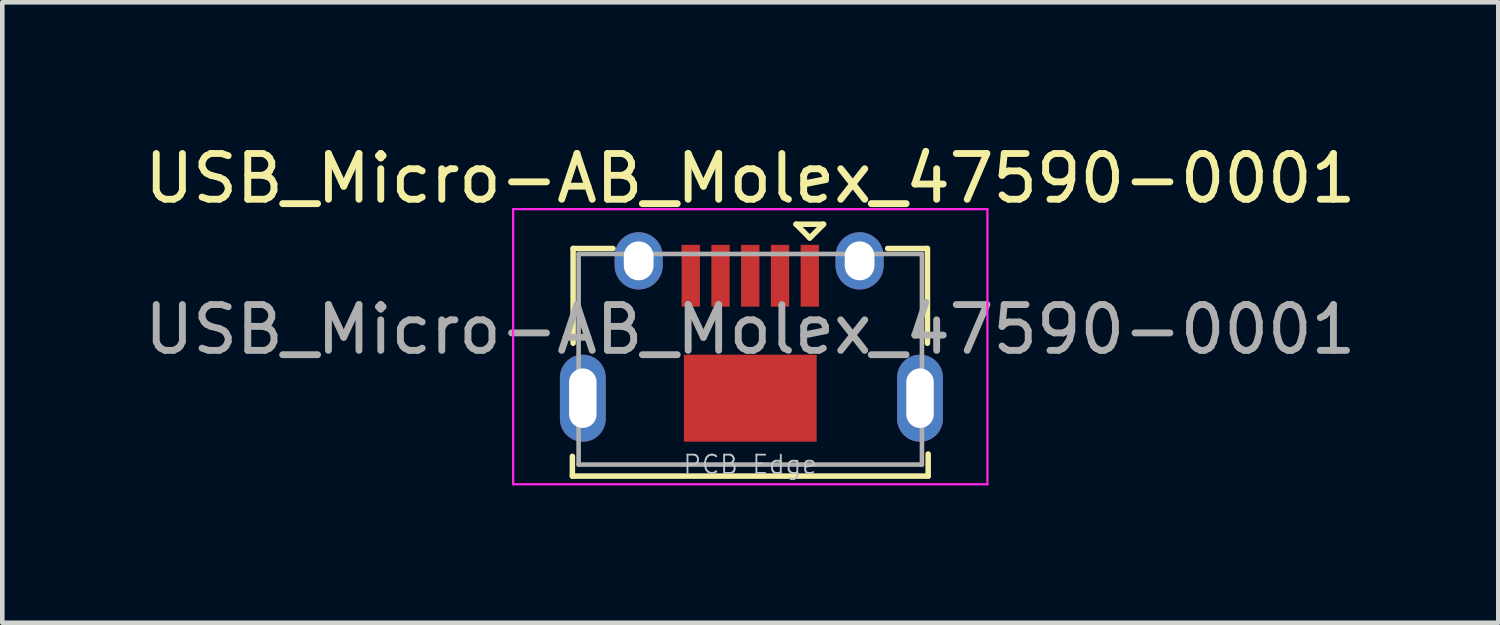
<source format=kicad_pcb>
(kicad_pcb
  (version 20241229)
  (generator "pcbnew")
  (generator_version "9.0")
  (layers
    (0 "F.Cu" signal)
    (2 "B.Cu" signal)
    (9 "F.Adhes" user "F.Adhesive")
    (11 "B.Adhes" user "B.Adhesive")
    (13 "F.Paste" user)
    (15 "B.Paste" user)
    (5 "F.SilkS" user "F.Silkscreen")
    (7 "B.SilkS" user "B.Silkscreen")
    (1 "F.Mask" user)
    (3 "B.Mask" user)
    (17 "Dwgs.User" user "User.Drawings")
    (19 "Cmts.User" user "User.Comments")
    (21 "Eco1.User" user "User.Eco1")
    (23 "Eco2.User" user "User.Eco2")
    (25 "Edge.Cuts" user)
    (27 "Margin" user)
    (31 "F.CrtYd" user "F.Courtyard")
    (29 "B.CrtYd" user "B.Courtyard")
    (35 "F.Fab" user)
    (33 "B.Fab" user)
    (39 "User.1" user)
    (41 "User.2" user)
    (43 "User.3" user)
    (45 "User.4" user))
  (footprint "USB_Micro-AB_Molex_47590-0001"
    (layer "F.Cu")
    (at 13.339 5.648)
    (property "Reference" "USB_Micro-AB_Molex_47590-0001" (at 0 -4.8 180) (layer "F.SilkS") (effects (font (size 1 1) (thickness 0.15))))
    (attr smd)
    (fp_line (start -3.886 1.27) (end -3.886 1.702) (stroke (width 0.12) (type solid)) (layer "F.SilkS"))
    (fp_line (start -3.886 1.702) (end 3.886 1.702) (stroke (width 0.12) (type solid)) (layer "F.SilkS"))
    (fp_line (start -3.87 -3.27) (end -3.87 -1.2) (stroke (width 0.12) (type solid)) (layer "F.SilkS"))
    (fp_line (start -3.87 -3.27) (end -3 -3.27) (stroke (width 0.12) (type solid)) (layer "F.SilkS"))
    (fp_line (start 1 -3.8) (end 1.6 -3.8) (stroke (width 0.12) (type solid)) (layer "F.SilkS"))
    (fp_line (start 1.3 -3.5) (end 1 -3.8) (stroke (width 0.12) (type solid)) (layer "F.SilkS"))
    (fp_line (start 1.3 -3.5) (end 1.6 -3.8) (stroke (width 0.12) (type solid)) (layer "F.SilkS"))
    (fp_line (start 3 -3.27) (end 3.87 -3.27) (stroke (width 0.12) (type solid)) (layer "F.SilkS"))
    (fp_line (start 3.87 -3.27) (end 3.87 -1.2) (stroke (width 0.12) (type solid)) (layer "F.SilkS"))
    (fp_line (start 3.886 1.702) (end 3.886 1.219) (stroke (width 0.12) (type solid)) (layer "F.SilkS"))
    (fp_line (start -5.18 -4.13) (end -5.18 1.88) (stroke (width 0.05) (type solid)) (layer "F.CrtYd"))
    (fp_line (start -5.18 -4.13) (end 5.18 -4.13) (stroke (width 0.05) (type solid)) (layer "F.CrtYd"))
    (fp_line (start -5.18 1.88) (end 5.18 1.88) (stroke (width 0.05) (type solid)) (layer "F.CrtYd"))
    (fp_line (start 5.18 -4.13) (end 5.18 1.88) (stroke (width 0.05) (type solid)) (layer "F.CrtYd"))
    (fp_line (start -3.75 -3.15) (end -3.75 1.45) (stroke (width 0.1) (type solid)) (layer "F.Fab"))
    (fp_line (start -3.75 -3.15) (end 3.75 -3.15) (stroke (width 0.1) (type solid)) (layer "F.Fab"))
    (fp_line (start -3.75 1.45) (end 3.75 1.45) (stroke (width 0.1) (type solid)) (layer "F.Fab"))
    (fp_line (start 3.75 -3.15) (end 3.75 1.45) (stroke (width 0.1) (type solid)) (layer "F.Fab"))
    (fp_text user "PCB Edge" (at 0 1.45 0) (layer "Dwgs.User") (effects (font (size 0.4 0.4) (thickness 0.04))))
    (fp_text user "${REFERENCE}" (at 0 -1.5 0) (layer "F.Fab") (effects (font (size 1 1) (thickness 0.15))))
    (pad "1" smd rect (at 1.3 -2.675) (size 0.4 1.35) (layers "F.Cu" "F.Mask" "F.Paste"))
    (pad "2" smd rect (at 0.65 -2.675) (size 0.4 1.35) (layers "F.Cu" "F.Mask" "F.Paste"))
    (pad "3" smd rect (at 0 -2.675) (size 0.4 1.35) (layers "F.Cu" "F.Mask" "F.Paste"))
    (pad "4" smd rect (at -0.65 -2.675) (size 0.4 1.35) (layers "F.Cu" "F.Mask" "F.Paste"))
    (pad "5" smd rect (at -1.3 -2.675) (size 0.4 1.35) (layers "F.Cu" "F.Mask" "F.Paste"))
    (pad "6" thru_hole oval (at -3.658 0) (size 1 1.9) (drill oval 0.6 1.3) (layers "*.Cu" "*.Mask"))
    (pad "6" thru_hole oval (at -2.438 -3) (size 1.05 1.25) (drill oval 0.65 0.85) (layers "*.Cu" "*.Mask"))
    (pad "6" smd rect (at 0 0) (size 2.9 1.9) (layers "F.Cu" "F.Mask" "F.Paste"))
    (pad "6" thru_hole oval (at 2.388 -3) (size 1.05 1.25) (drill oval 0.65 0.85) (layers "*.Cu" "*.Mask"))
    (pad "6" thru_hole oval (at 3.708 0) (size 1 1.9) (drill oval 0.6 1.3) (layers "*.Cu" "*.Mask")))
  (gr_rect
    (start -3 -3)
    (end 29.679 10.553)
    (stroke (width 0.1) (type default))
    (fill no)
    (layer "Edge.Cuts")))
</source>
